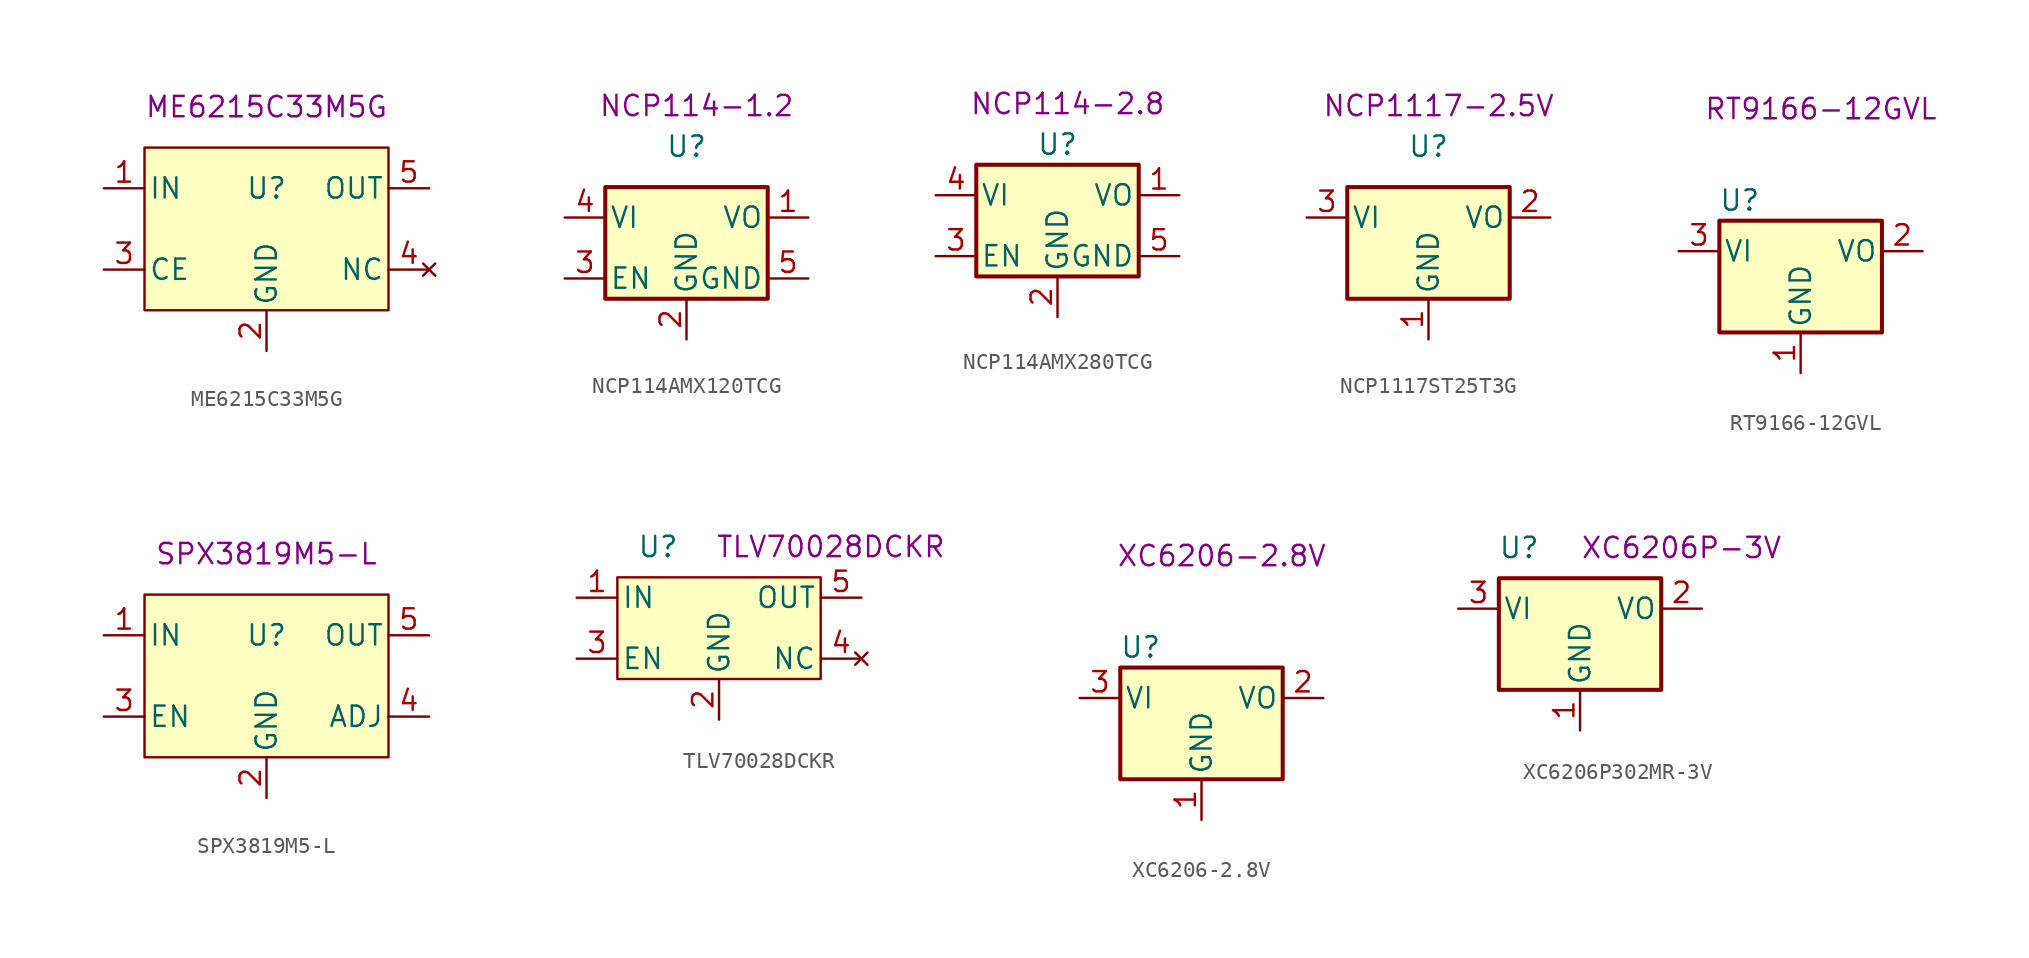
<source format=kicad_sym>
(kicad_symbol_lib
  (version 20220914)
  (generator kicad_symbol_editor)
  (symbol "ME6215C33M5G"
    (pin_names
      (offset 0.254))
    (property "Reference" "U"
      (at 0 2.54 0)
      (effects (font (size 1.27 1.27))))
    (property "UserValue" "ME6215C33M5G"
      (at 0 7.62 0)
      (effects (font (size 1.27 1.27))))
    (symbol "ME6215C33M5G_0_1"
      (rectangle (start -7.62 5.08) (end 7.62 -5.08) (stroke (width 0) (type default)) (fill (type background))))
    (symbol "ME6215C33M5G_1_1"
      (pin power_in line (at -10.16 2.54 0) (length 2.54) (name "IN" (effects (font (size 1.27 1.27)))) (number "1" (effects (font (size 1.27 1.27)))))
      (pin power_in line (at 0 -7.62 90) (length 2.54) (name "GND" (effects (font (size 1.27 1.27)))) (number "2" (effects (font (size 1.27 1.27)))))
      (pin input line (at -10.16 -2.54 0) (length 2.54) (name "CE" (effects (font (size 1.27 1.27)))) (number "3" (effects (font (size 1.27 1.27)))))
      (pin no_connect line (at 10.16 -2.54 180) (length 2.54) (name "NC" (effects (font (size 1.27 1.27)))) (number "4" (effects (font (size 1.27 1.27)))))
      (pin power_out line (at 10.16 2.54 180) (length 2.54) (name "OUT" (effects (font (size 1.27 1.27)))) (number "5" (effects (font (size 1.27 1.27)))))))
  (symbol "NCP114AMX120TCG"
    (pin_names
      (offset 0.254))
    (property "Reference" "U"
      (at 0 4.445 0)
      (effects (font (size 1.27 1.27))))
    (property "UserValue" "NCP114-1.2"
      (at 0.635 6.985 0)
      (effects (font (size 1.27 1.27))))
    (symbol "NCP114AMX120TCG_0_1"
      (rectangle (start -5.08 -5.08) (end 5.08 1.905) (stroke (width 0.254) (type default)) (fill (type background))))
    (symbol "NCP114AMX120TCG_1_1"
      (pin power_out line (at 7.62 0 180) (length 2.54) (name "VO" (effects (font (size 1.27 1.27)))) (number "1" (effects (font (size 1.27 1.27)))))
      (pin power_in line (at 0 -7.62 90) (length 2.54) (name "GND" (effects (font (size 1.27 1.27)))) (number "2" (effects (font (size 1.27 1.27)))))
      (pin input line (at -7.62 -3.81 0) (length 2.54) (name "EN" (effects (font (size 1.27 1.27)))) (number "3" (effects (font (size 1.27 1.27)))))
      (pin power_in line (at -7.62 0 0) (length 2.54) (name "VI" (effects (font (size 1.27 1.27)))) (number "4" (effects (font (size 1.27 1.27)))))
      (pin power_in line (at 7.62 -3.81 180) (length 2.54) (name "GND" (effects (font (size 1.27 1.27)))) (number "5" (effects (font (size 1.27 1.27)))))))
  (symbol "NCP114AMX280TCG"
    (pin_names
      (offset 0.254))
    (property "Reference" "U"
      (at 0 3.175 0)
      (effects (font (size 1.27 1.27))))
    (property "UserValue" "NCP114-2.8"
      (at 0.635 5.715 0)
      (effects (font (size 1.27 1.27))))
    (symbol "NCP114AMX280TCG_0_1"
      (rectangle (start -5.08 -5.08) (end 5.08 1.905) (stroke (width 0.254) (type default)) (fill (type background))))
    (symbol "NCP114AMX280TCG_1_1"
      (pin power_out line (at 7.62 0 180) (length 2.54) (name "VO" (effects (font (size 1.27 1.27)))) (number "1" (effects (font (size 1.27 1.27)))))
      (pin power_in line (at 0 -7.62 90) (length 2.54) (name "GND" (effects (font (size 1.27 1.27)))) (number "2" (effects (font (size 1.27 1.27)))))
      (pin input line (at -7.62 -3.81 0) (length 2.54) (name "EN" (effects (font (size 1.27 1.27)))) (number "3" (effects (font (size 1.27 1.27)))))
      (pin power_in line (at -7.62 0 0) (length 2.54) (name "VI" (effects (font (size 1.27 1.27)))) (number "4" (effects (font (size 1.27 1.27)))))
      (pin power_in line (at 7.62 -3.81 180) (length 2.54) (name "GND" (effects (font (size 1.27 1.27)))) (number "5" (effects (font (size 1.27 1.27)))))))
  (symbol "NCP1117ST25T3G"
    (pin_names
      (offset 0.254))
    (property "Reference" "U"
      (at 0 4.445 0)
      (effects (font (size 1.27 1.27))))
    (property "UserValue" "NCP1117-2.5V"
      (at 0.635 6.985 0)
      (effects (font (size 1.27 1.27))))
    (symbol "NCP1117ST25T3G_0_1"
      (rectangle (start -5.08 -5.08) (end 5.08 1.905) (stroke (width 0.254) (type default)) (fill (type background))))
    (symbol "NCP1117ST25T3G_1_1"
      (pin power_in line (at 0 -7.62 90) (length 2.54) (name "GND" (effects (font (size 1.27 1.27)))) (number "1" (effects (font (size 1.27 1.27)))))
      (pin power_out line (at 7.62 0 180) (length 2.54) (name "VO" (effects (font (size 1.27 1.27)))) (number "2" (effects (font (size 1.27 1.27)))))
      (pin power_in line (at -7.62 0 0) (length 2.54) (name "VI" (effects (font (size 1.27 1.27)))) (number "3" (effects (font (size 1.27 1.27)))))))
  (symbol "RT9166-12GVL"
    (pin_names
      (offset 0.254))
    (property "Reference" "U"
      (at -3.81 3.175 0)
      (effects (font (size 1.27 1.27))))
    (property "UserValue" "RT9166-12GVL"
      (at 1.27 8.89 0)
      (effects (font (size 1.27 1.27))))
    (symbol "RT9166-12GVL_0_1"
      (rectangle (start -5.08 1.905) (end 5.08 -5.08) (stroke (width 0.254) (type default)) (fill (type background))))
    (symbol "RT9166-12GVL_1_1"
      (pin power_in line (at 0 -7.62 90) (length 2.54) (name "GND" (effects (font (size 1.27 1.27)))) (number "1" (effects (font (size 1.27 1.27)))))
      (pin power_out line (at 7.62 0 180) (length 2.54) (name "VO" (effects (font (size 1.27 1.27)))) (number "2" (effects (font (size 1.27 1.27)))))
      (pin power_in line (at -7.62 0 0) (length 2.54) (name "VI" (effects (font (size 1.27 1.27)))) (number "3" (effects (font (size 1.27 1.27)))))))
  (symbol "SPX3819M5-L"
    (pin_names
      (offset 0.254))
    (property "Reference" "U"
      (at 0 2.54 0)
      (effects (font (size 1.27 1.27))))
    (property "UserValue" "SPX3819M5-L"
      (at 0 7.62 0)
      (effects (font (size 1.27 1.27))))
    (symbol "SPX3819M5-L_0_1"
      (rectangle (start -7.62 5.08) (end 7.62 -5.08) (stroke (width 0) (type default)) (fill (type background))))
    (symbol "SPX3819M5-L_1_1"
      (pin power_in line (at -10.16 2.54 0) (length 2.54) (name "IN" (effects (font (size 1.27 1.27)))) (number "1" (effects (font (size 1.27 1.27)))))
      (pin power_in line (at 0 -7.62 90) (length 2.54) (name "GND" (effects (font (size 1.27 1.27)))) (number "2" (effects (font (size 1.27 1.27)))))
      (pin input line (at -10.16 -2.54 0) (length 2.54) (name "EN" (effects (font (size 1.27 1.27)))) (number "3" (effects (font (size 1.27 1.27)))))
      (pin input line (at 10.16 -2.54 180) (length 2.54) (name "ADJ" (effects (font (size 1.27 1.27)))) (number "4" (effects (font (size 1.27 1.27)))))
      (pin power_out line (at 10.16 2.54 180) (length 2.54) (name "OUT" (effects (font (size 1.27 1.27)))) (number "5" (effects (font (size 1.27 1.27)))))))
  (symbol "TLV70028DCKR"
    (pin_names
      (offset 0.254))
    (property "Reference" "U"
      (at -3.81 3.175 0)
      (effects (font (size 1.27 1.27))))
    (property "UserValue" "TLV70028DCKR"
      (at 6.985 3.175 0)
      (effects (font (size 1.27 1.27))))
    (symbol "TLV70028DCKR_0_1"
      (rectangle (start -6.35 1.27) (end 6.35 -5.08) (stroke (width 0) (type default)) (fill (type background))))
    (symbol "TLV70028DCKR_1_1"
      (pin power_in line (at -8.89 0 0) (length 2.54) (name "IN" (effects (font (size 1.27 1.27)))) (number "1" (effects (font (size 1.27 1.27)))))
      (pin power_in line (at 0 -7.62 90) (length 2.54) (name "GND" (effects (font (size 1.27 1.27)))) (number "2" (effects (font (size 1.27 1.27)))))
      (pin input line (at -8.89 -3.81 0) (length 2.54) (name "EN" (effects (font (size 1.27 1.27)))) (number "3" (effects (font (size 1.27 1.27)))))
      (pin no_connect line (at 8.89 -3.81 180) (length 2.54) (name "NC" (effects (font (size 1.27 1.27)))) (number "4" (effects (font (size 1.27 1.27)))))
      (pin power_out line (at 8.89 0 180) (length 2.54) (name "OUT" (effects (font (size 1.27 1.27)))) (number "5" (effects (font (size 1.27 1.27)))))))
  (symbol "XC6206-2.8V"
    (pin_names
      (offset 0.254))
    (property "Reference" "U"
      (at -3.81 3.175 0)
      (effects (font (size 1.27 1.27))))
    (property "UserValue" "XC6206-2.8V"
      (at 1.27 8.89 0)
      (effects (font (size 1.27 1.27))))
    (symbol "XC6206-2.8V_0_1"
      (rectangle (start -5.08 1.905) (end 5.08 -5.08) (stroke (width 0.254) (type default)) (fill (type background))))
    (symbol "XC6206-2.8V_1_1"
      (pin power_in line (at 0 -7.62 90) (length 2.54) (name "GND" (effects (font (size 1.27 1.27)))) (number "1" (effects (font (size 1.27 1.27)))))
      (pin power_out line (at 7.62 0 180) (length 2.54) (name "VO" (effects (font (size 1.27 1.27)))) (number "2" (effects (font (size 1.27 1.27)))))
      (pin power_in line (at -7.62 0 0) (length 2.54) (name "VI" (effects (font (size 1.27 1.27)))) (number "3" (effects (font (size 1.27 1.27)))))))
  (symbol "XC6206P302MR-3V"
    (pin_names
      (offset 0.254))
    (property "Reference" "U"
      (at -3.81 3.81 0)
      (effects (font (size 1.27 1.27))))
    (property "UserValue" "XC6206P-3V"
      (at 6.35 3.81 0)
      (effects (font (size 1.27 1.27))))
    (symbol "XC6206P302MR-3V_0_1"
      (rectangle (start -5.08 1.905) (end 5.08 -5.08) (stroke (width 0.254) (type default)) (fill (type background))))
    (symbol "XC6206P302MR-3V_1_1"
      (pin power_in line (at 0 -7.62 90) (length 2.54) (name "GND" (effects (font (size 1.27 1.27)))) (number "1" (effects (font (size 1.27 1.27)))))
      (pin power_out line (at 7.62 0 180) (length 2.54) (name "VO" (effects (font (size 1.27 1.27)))) (number "2" (effects (font (size 1.27 1.27)))))
      (pin power_in line (at -7.62 0 0) (length 2.54) (name "VI" (effects (font (size 1.27 1.27)))) (number "3" (effects (font (size 1.27 1.27))))))))
</source>
